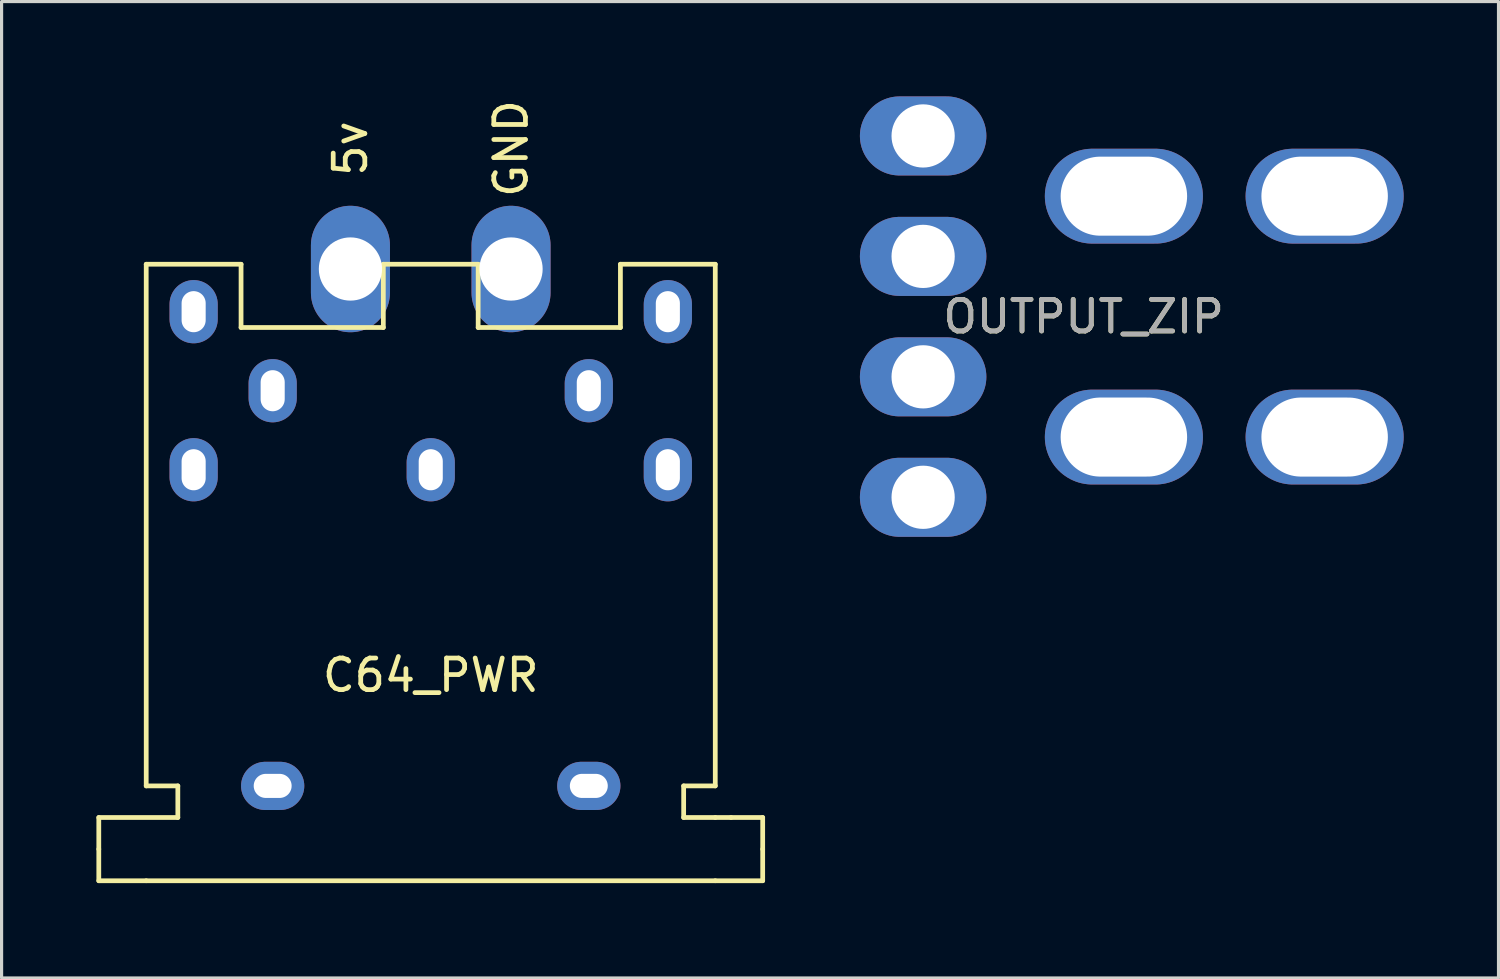
<source format=kicad_pcb>
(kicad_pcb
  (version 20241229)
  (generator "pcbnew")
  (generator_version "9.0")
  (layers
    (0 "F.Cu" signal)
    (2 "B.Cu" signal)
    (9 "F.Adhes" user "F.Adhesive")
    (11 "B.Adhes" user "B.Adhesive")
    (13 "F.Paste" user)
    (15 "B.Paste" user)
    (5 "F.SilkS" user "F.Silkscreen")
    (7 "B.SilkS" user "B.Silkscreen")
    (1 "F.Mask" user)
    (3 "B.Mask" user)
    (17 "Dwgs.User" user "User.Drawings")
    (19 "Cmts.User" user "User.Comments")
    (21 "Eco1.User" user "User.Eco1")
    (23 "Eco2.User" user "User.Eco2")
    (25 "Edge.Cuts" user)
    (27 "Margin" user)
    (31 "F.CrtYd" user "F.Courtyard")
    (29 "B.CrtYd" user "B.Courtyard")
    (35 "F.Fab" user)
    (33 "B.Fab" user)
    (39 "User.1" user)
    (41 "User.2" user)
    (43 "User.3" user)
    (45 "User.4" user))
  (footprint "OUTPUT_ZIP"
    (layer "F.Cu")
    (at 27.42 3.155)
    (property "Reference" "OUTPUT_ZIP" (at 3.81 3.81 0) (layer "F.SilkS") (effects (font (size 1 1) (thickness 0.15))))
    (attr through_hole)
    (fp_text user "${REFERENCE}" (at 3.81 3.81 180) (layer "F.Fab") (effects (font (size 1 1) (thickness 0.15))))
    (pad "" np_thru_hole oval (at 5.08 0) (size 5 3) (drill oval 4 2.5) (layers "*.Cu" "*.Mask"))
    (pad "" np_thru_hole oval (at 5.08 7.62) (size 5 3) (drill oval 4 2.5) (layers "*.Cu" "*.Mask"))
    (pad "" np_thru_hole oval (at 11.43 0) (size 5 3) (drill oval 4 2.5) (layers "*.Cu" "*.Mask"))
    (pad "" np_thru_hole oval (at 11.43 7.62) (size 5 3) (drill oval 4 2.5) (layers "*.Cu" "*.Mask"))
    (pad "1" thru_hole oval (at -1.27 -1.905) (size 4 2.5) (drill 2) (layers "*.Cu" "*.Mask"))
    (pad "2" thru_hole oval (at -1.27 1.905) (size 4 2.5) (drill 2) (layers "*.Cu" "*.Mask"))
    (pad "3" thru_hole oval (at -1.27 5.715) (size 4 2.5) (drill 2) (layers "*.Cu" "*.Mask"))
    (pad "4" thru_hole oval (at -1.27 9.525) (size 4 2.5) (drill 2) (layers "*.Cu" "*.Mask")))
  (footprint "C64_PWR"
    (layer "F.Cu")
    (at 10.575 11.809)
    (property "Reference" "C64_PWR" (at 0 6.5 0) (layer "F.SilkS") (effects (font (size 1 1) (thickness 0.15))))
    (attr through_hole)
    (fp_line (start -10.5 11) (end -10.5 12) (stroke (width 0.15) (type solid)) (layer "F.SilkS"))
    (fp_line (start -10.5 12) (end -10.5 13) (stroke (width 0.15) (type solid)) (layer "F.SilkS"))
    (fp_line (start -10.5 13) (end -9 13) (stroke (width 0.15) (type solid)) (layer "F.SilkS"))
    (fp_line (start -9 -6.5) (end -6 -6.5) (stroke (width 0.15) (type solid)) (layer "F.SilkS"))
    (fp_line (start -9 10) (end -9 -6.5) (stroke (width 0.15) (type solid)) (layer "F.SilkS"))
    (fp_line (start -9 10) (end -8 10) (stroke (width 0.15) (type solid)) (layer "F.SilkS"))
    (fp_line (start -9 13) (end 9 13) (stroke (width 0.15) (type solid)) (layer "F.SilkS"))
    (fp_line (start -8 10) (end -8 11) (stroke (width 0.15) (type solid)) (layer "F.SilkS"))
    (fp_line (start -8 11) (end -10.5 11) (stroke (width 0.15) (type solid)) (layer "F.SilkS"))
    (fp_line (start -6 -6.5) (end -6 -4.5) (stroke (width 0.15) (type solid)) (layer "F.SilkS"))
    (fp_line (start -1.5 -6.5) (end 1.5 -6.5) (stroke (width 0.15) (type solid)) (layer "F.SilkS"))
    (fp_line (start -1.5 -4.5) (end -6 -4.5) (stroke (width 0.15) (type solid)) (layer "F.SilkS"))
    (fp_line (start -1.5 -4.5) (end -1.5 -6.5) (stroke (width 0.15) (type solid)) (layer "F.SilkS"))
    (fp_line (start 1.5 -6.5) (end 1.5 -4.5) (stroke (width 0.15) (type solid)) (layer "F.SilkS"))
    (fp_line (start 1.5 -4.5) (end 6 -4.5) (stroke (width 0.15) (type solid)) (layer "F.SilkS"))
    (fp_line (start 6 -6.5) (end 6 -4.5) (stroke (width 0.15) (type solid)) (layer "F.SilkS"))
    (fp_line (start 8 10) (end 8 11) (stroke (width 0.15) (type solid)) (layer "F.SilkS"))
    (fp_line (start 8 11) (end 9 11) (stroke (width 0.15) (type solid)) (layer "F.SilkS"))
    (fp_line (start 9 -6.5) (end 6 -6.5) (stroke (width 0.15) (type solid)) (layer "F.SilkS"))
    (fp_line (start 9 10) (end 8 10) (stroke (width 0.15) (type solid)) (layer "F.SilkS"))
    (fp_line (start 9 10) (end 9 -6.5) (stroke (width 0.15) (type solid)) (layer "F.SilkS"))
    (fp_line (start 9.5 11) (end 9 11) (stroke (width 0.15) (type solid)) (layer "F.SilkS"))
    (fp_line (start 10.5 11) (end 9.5 11) (stroke (width 0.15) (type solid)) (layer "F.SilkS"))
    (fp_line (start 10.5 11) (end 10.5 12) (stroke (width 0.15) (type solid)) (layer "F.SilkS"))
    (fp_line (start 10.5 12) (end 10.5 13) (stroke (width 0.15) (type solid)) (layer "F.SilkS"))
    (fp_line (start 10.5 13) (end 9 13) (stroke (width 0.15) (type solid)) (layer "F.SilkS"))
    (fp_text user "5v" (at -2.54 -10.16 90) (layer "F.SilkS") (effects (font (size 1 1) (thickness 0.15))))
    (fp_text user "GND" (at 2.54 -10.16 90) (layer "F.SilkS") (effects (font (size 1 1) (thickness 0.15))))
    (pad "" np_thru_hole oval (at -5 10) (size 2 1.524) (drill oval 1.2 0.762) (layers "*.Cu" "*.Mask"))
    (pad "" np_thru_hole oval (at 5 10) (size 2 1.524) (drill oval 1.2 0.762) (layers "*.Cu" "*.Mask"))
    (pad "1" thru_hole oval (at 7.5 0) (size 1.524 2) (drill oval 0.762 1.3) (layers "*.Cu" "*.Mask"))
    (pad "2" thru_hole oval (at 0 0) (size 1.524 2) (drill oval 0.762 1.3) (layers "*.Cu" "*.Mask"))
    (pad "2" thru_hole oval (at 2.54 -6.35) (size 2.5 4) (drill 2) (layers "*.Cu" "*.Mask"))
    (pad "3" thru_hole oval (at -7.5 0) (size 1.524 2) (drill oval 0.762 1.3) (layers "*.Cu" "*.Mask"))
    (pad "4" thru_hole oval (at 5 -2.5) (size 1.524 2) (drill oval 0.762 1.3) (layers "*.Cu" "*.Mask"))
    (pad "5" thru_hole oval (at -5 -2.5) (size 1.524 2) (drill oval 0.762 1.3) (layers "*.Cu" "*.Mask"))
    (pad "5" thru_hole oval (at -2.54 -6.35) (size 2.5 4) (drill 2) (layers "*.Cu" "*.Mask"))
    (pad "6" thru_hole oval (at 7.5 -5) (size 1.524 2) (drill oval 0.762 1.3) (layers "*.Cu" "*.Mask"))
    (pad "7" thru_hole oval (at -7.5 -5) (size 1.524 2) (drill oval 0.762 1.3) (layers "*.Cu" "*.Mask")))
  (gr_rect
    (start -3 -3)
    (end 44.35 27.884)
    (stroke (width 0.1) (type default))
    (fill no)
    (layer "Edge.Cuts")))
</source>
